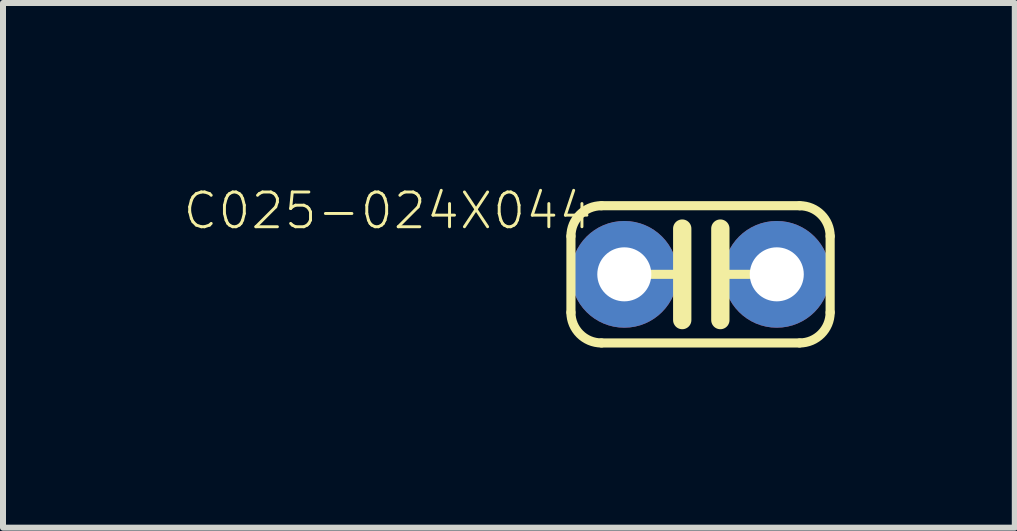
<source format=kicad_pcb>
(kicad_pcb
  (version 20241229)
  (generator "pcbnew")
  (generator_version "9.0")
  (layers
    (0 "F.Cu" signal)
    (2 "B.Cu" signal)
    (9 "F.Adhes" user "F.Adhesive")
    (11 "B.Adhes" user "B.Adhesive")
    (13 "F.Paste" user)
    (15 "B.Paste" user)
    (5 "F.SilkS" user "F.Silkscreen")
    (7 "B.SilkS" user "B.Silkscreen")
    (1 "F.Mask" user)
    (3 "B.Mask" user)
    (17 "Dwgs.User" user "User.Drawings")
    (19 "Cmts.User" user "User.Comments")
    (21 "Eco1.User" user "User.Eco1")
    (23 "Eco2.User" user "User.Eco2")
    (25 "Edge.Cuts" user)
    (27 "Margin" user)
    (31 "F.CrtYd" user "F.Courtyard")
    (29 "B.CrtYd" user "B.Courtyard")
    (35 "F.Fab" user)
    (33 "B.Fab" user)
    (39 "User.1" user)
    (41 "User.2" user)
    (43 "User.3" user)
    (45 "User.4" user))
  (footprint "C025-024X044"
    (layer "F.Cu")
    (at 8.62 1.52)
    (property "Reference" "C025-024X044" (at -1.778 -1.397 0) (layer "F.SilkS") (effects (font (size 0.579 0.579) (thickness 0.049)) (justify right top)))
    (attr through_hole)
    (fp_line (start -2.159 0.635) (end -2.159 -0.635) (stroke (width 0.152) (type solid)) (layer "F.SilkS"))
    (fp_line (start -1.27 0) (end -0.305 0) (stroke (width 0.152) (type solid)) (layer "F.SilkS"))
    (fp_line (start -0.305 -0.762) (end -0.305 0.762) (stroke (width 0.305) (type solid)) (layer "F.SilkS"))
    (fp_line (start 0.33 -0.762) (end 0.33 0.762) (stroke (width 0.305) (type solid)) (layer "F.SilkS"))
    (fp_line (start 1.27 0) (end 0.33 0) (stroke (width 0.152) (type solid)) (layer "F.SilkS"))
    (fp_line (start 1.651 -1.143) (end -1.651 -1.143) (stroke (width 0.152) (type solid)) (layer "F.SilkS"))
    (fp_line (start 1.651 1.143) (end -1.651 1.143) (stroke (width 0.152) (type solid)) (layer "F.SilkS"))
    (fp_line (start 2.159 0.635) (end 2.159 -0.635) (stroke (width 0.152) (type solid)) (layer "F.SilkS"))
    (fp_arc (start -2.159 -0.635) (mid -2.01021 -0.99421) (end -1.651 -1.143) (stroke (width 0.1524) (type solid)) (layer "F.SilkS"))
    (fp_arc (start -1.651 1.143) (mid -2.01021 0.99421) (end -2.159 0.635) (stroke (width 0.1524) (type solid)) (layer "F.SilkS"))
    (fp_arc (start 1.651 -1.143) (mid 2.01021 -0.99421) (end 2.159 -0.635) (stroke (width 0.1524) (type solid)) (layer "F.SilkS"))
    (fp_arc (start 2.159 0.635) (mid 2.01021 0.99421) (end 1.651 1.143) (stroke (width 0.1524) (type solid)) (layer "F.SilkS"))
    (pad "1" thru_hole circle (at -1.27 0) (size 1.778 1.778) (drill 0.9) (layers "*.Cu" "*.Mask"))
    (pad "2" thru_hole circle (at 1.27 0) (size 1.778 1.778) (drill 0.9) (layers "*.Cu" "*.Mask")))
  (gr_rect
    (start -3 -3)
    (end 13.855 5.74)
    (stroke (width 0.1) (type default))
    (fill no)
    (layer "Edge.Cuts")))
</source>
